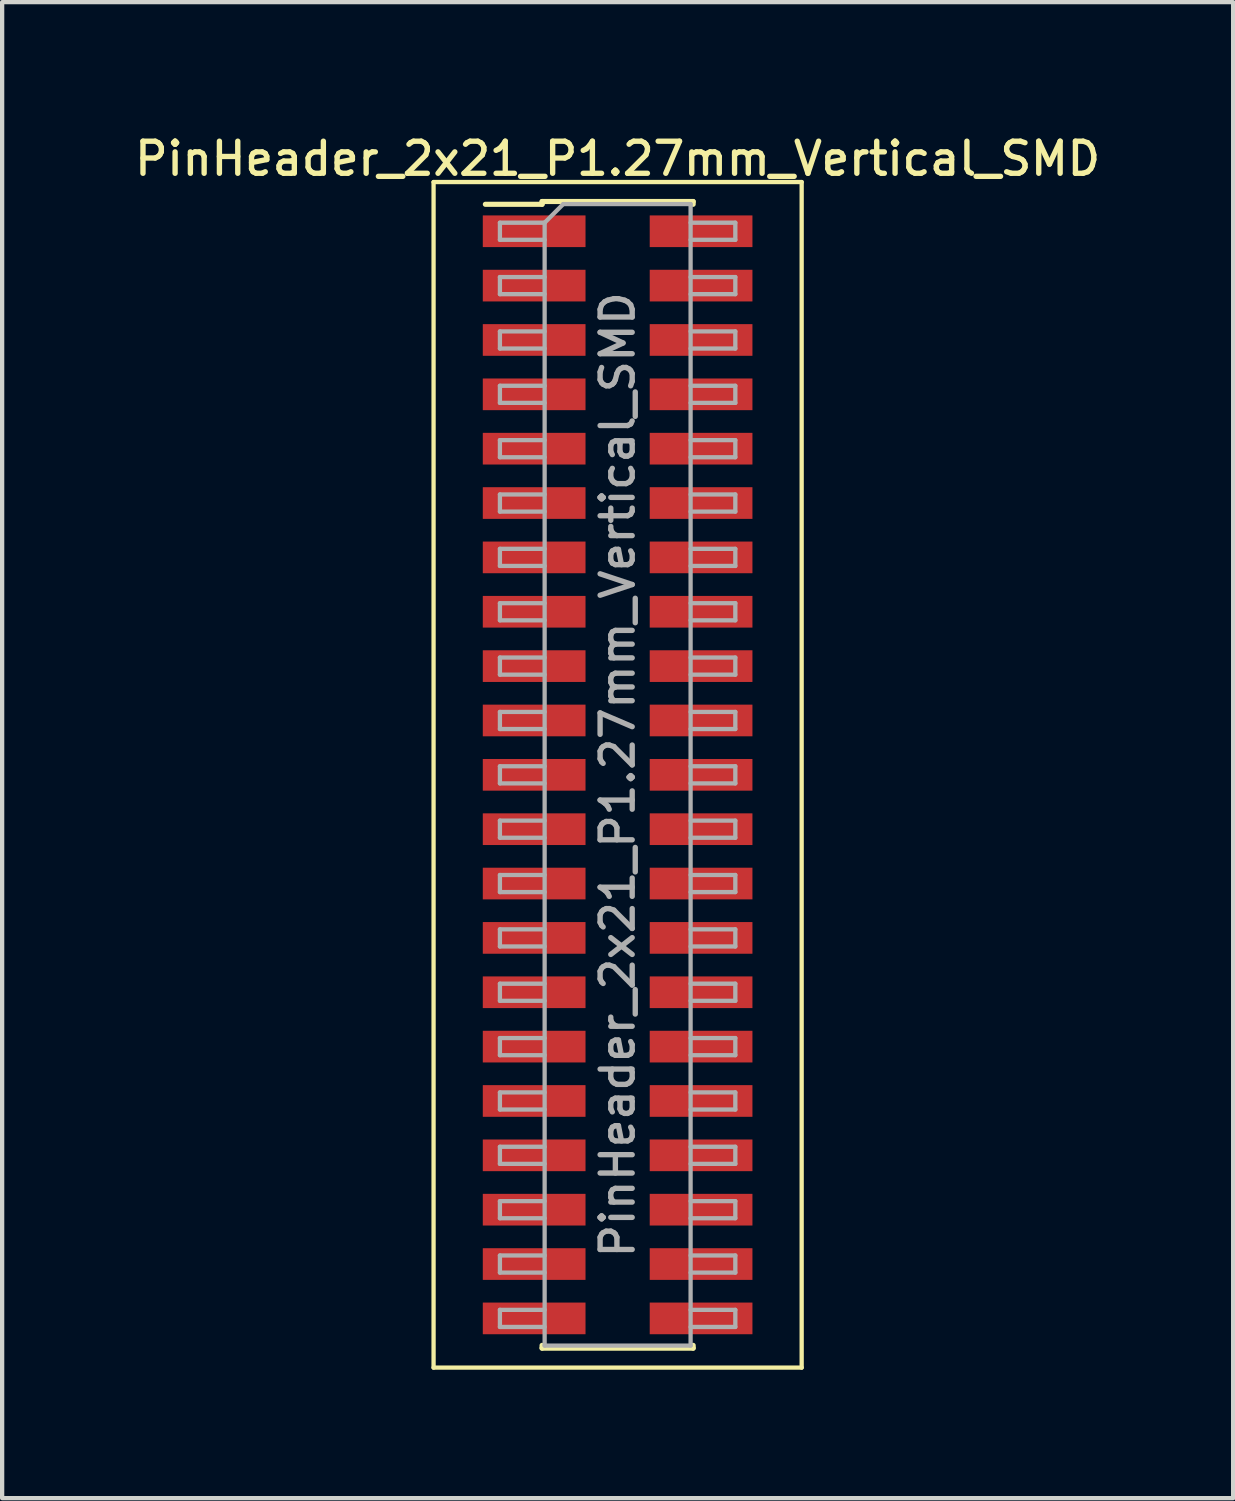
<source format=kicad_pcb>
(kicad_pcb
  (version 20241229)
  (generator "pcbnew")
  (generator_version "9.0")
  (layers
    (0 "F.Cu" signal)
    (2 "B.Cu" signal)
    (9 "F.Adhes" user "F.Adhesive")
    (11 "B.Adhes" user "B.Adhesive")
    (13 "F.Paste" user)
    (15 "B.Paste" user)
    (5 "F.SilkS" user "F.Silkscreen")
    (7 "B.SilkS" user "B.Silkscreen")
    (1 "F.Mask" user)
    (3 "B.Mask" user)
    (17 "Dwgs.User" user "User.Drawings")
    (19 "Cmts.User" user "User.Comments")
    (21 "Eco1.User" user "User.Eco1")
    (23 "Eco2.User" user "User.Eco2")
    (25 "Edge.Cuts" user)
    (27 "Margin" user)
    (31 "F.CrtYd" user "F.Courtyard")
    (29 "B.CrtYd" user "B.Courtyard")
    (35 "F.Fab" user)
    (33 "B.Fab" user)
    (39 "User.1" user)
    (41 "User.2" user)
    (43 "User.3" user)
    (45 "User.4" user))
  (footprint "PinHeader_2x21_P1.27mm_Vertical_SMD"
    (layer "F.Cu")
    (at 11.38 15.053)
    (property "Reference" "PinHeader_2x21_P1.27mm_Vertical_SMD" (at 0 -14.395 0) (layer "F.SilkS") (effects (font (size 0.75 0.75) (thickness 0.125))))
    (attr smd)
    (fp_line (start -4.3 -13.85) (end -4.3 13.85) (stroke (width 0.1) (type solid)) (layer "F.SilkS"))
    (fp_line (start -4.3 13.85) (end 4.3 13.85) (stroke (width 0.1) (type solid)) (layer "F.SilkS"))
    (fp_line (start -3.09 -13.33) (end -1.765 -13.33) (stroke (width 0.12) (type solid)) (layer "F.SilkS"))
    (fp_line (start -1.765 -13.395) (end -1.765 -13.33) (stroke (width 0.12) (type solid)) (layer "F.SilkS"))
    (fp_line (start -1.765 -13.395) (end 1.765 -13.395) (stroke (width 0.12) (type solid)) (layer "F.SilkS"))
    (fp_line (start -1.765 13.33) (end -1.765 13.395) (stroke (width 0.12) (type solid)) (layer "F.SilkS"))
    (fp_line (start -1.765 13.395) (end 1.765 13.395) (stroke (width 0.12) (type solid)) (layer "F.SilkS"))
    (fp_line (start 1.765 -13.395) (end 1.765 -13.33) (stroke (width 0.12) (type solid)) (layer "F.SilkS"))
    (fp_line (start 1.765 13.33) (end 1.765 13.395) (stroke (width 0.12) (type solid)) (layer "F.SilkS"))
    (fp_line (start 4.3 -13.85) (end -4.3 -13.85) (stroke (width 0.1) (type solid)) (layer "F.SilkS"))
    (fp_line (start 4.3 13.85) (end 4.3 -13.85) (stroke (width 0.1) (type solid)) (layer "F.SilkS"))
    (fp_line (start -2.75 -12.9) (end -2.75 -12.5) (stroke (width 0.1) (type solid)) (layer "F.Fab"))
    (fp_line (start -2.75 -12.5) (end -1.705 -12.5) (stroke (width 0.1) (type solid)) (layer "F.Fab"))
    (fp_line (start -2.75 -11.63) (end -2.75 -11.23) (stroke (width 0.1) (type solid)) (layer "F.Fab"))
    (fp_line (start -2.75 -11.23) (end -1.705 -11.23) (stroke (width 0.1) (type solid)) (layer "F.Fab"))
    (fp_line (start -2.75 -10.36) (end -2.75 -9.96) (stroke (width 0.1) (type solid)) (layer "F.Fab"))
    (fp_line (start -2.75 -9.96) (end -1.705 -9.96) (stroke (width 0.1) (type solid)) (layer "F.Fab"))
    (fp_line (start -2.75 -9.09) (end -2.75 -8.69) (stroke (width 0.1) (type solid)) (layer "F.Fab"))
    (fp_line (start -2.75 -8.69) (end -1.705 -8.69) (stroke (width 0.1) (type solid)) (layer "F.Fab"))
    (fp_line (start -2.75 -7.82) (end -2.75 -7.42) (stroke (width 0.1) (type solid)) (layer "F.Fab"))
    (fp_line (start -2.75 -7.42) (end -1.705 -7.42) (stroke (width 0.1) (type solid)) (layer "F.Fab"))
    (fp_line (start -2.75 -6.55) (end -2.75 -6.15) (stroke (width 0.1) (type solid)) (layer "F.Fab"))
    (fp_line (start -2.75 -6.15) (end -1.705 -6.15) (stroke (width 0.1) (type solid)) (layer "F.Fab"))
    (fp_line (start -2.75 -5.28) (end -2.75 -4.88) (stroke (width 0.1) (type solid)) (layer "F.Fab"))
    (fp_line (start -2.75 -4.88) (end -1.705 -4.88) (stroke (width 0.1) (type solid)) (layer "F.Fab"))
    (fp_line (start -2.75 -4.01) (end -2.75 -3.61) (stroke (width 0.1) (type solid)) (layer "F.Fab"))
    (fp_line (start -2.75 -3.61) (end -1.705 -3.61) (stroke (width 0.1) (type solid)) (layer "F.Fab"))
    (fp_line (start -2.75 -2.74) (end -2.75 -2.34) (stroke (width 0.1) (type solid)) (layer "F.Fab"))
    (fp_line (start -2.75 -2.34) (end -1.705 -2.34) (stroke (width 0.1) (type solid)) (layer "F.Fab"))
    (fp_line (start -2.75 -1.47) (end -2.75 -1.07) (stroke (width 0.1) (type solid)) (layer "F.Fab"))
    (fp_line (start -2.75 -1.07) (end -1.705 -1.07) (stroke (width 0.1) (type solid)) (layer "F.Fab"))
    (fp_line (start -2.75 -0.2) (end -2.75 0.2) (stroke (width 0.1) (type solid)) (layer "F.Fab"))
    (fp_line (start -2.75 0.2) (end -1.705 0.2) (stroke (width 0.1) (type solid)) (layer "F.Fab"))
    (fp_line (start -2.75 1.07) (end -2.75 1.47) (stroke (width 0.1) (type solid)) (layer "F.Fab"))
    (fp_line (start -2.75 1.47) (end -1.705 1.47) (stroke (width 0.1) (type solid)) (layer "F.Fab"))
    (fp_line (start -2.75 2.34) (end -2.75 2.74) (stroke (width 0.1) (type solid)) (layer "F.Fab"))
    (fp_line (start -2.75 2.74) (end -1.705 2.74) (stroke (width 0.1) (type solid)) (layer "F.Fab"))
    (fp_line (start -2.75 3.61) (end -2.75 4.01) (stroke (width 0.1) (type solid)) (layer "F.Fab"))
    (fp_line (start -2.75 4.01) (end -1.705 4.01) (stroke (width 0.1) (type solid)) (layer "F.Fab"))
    (fp_line (start -2.75 4.88) (end -2.75 5.28) (stroke (width 0.1) (type solid)) (layer "F.Fab"))
    (fp_line (start -2.75 5.28) (end -1.705 5.28) (stroke (width 0.1) (type solid)) (layer "F.Fab"))
    (fp_line (start -2.75 6.15) (end -2.75 6.55) (stroke (width 0.1) (type solid)) (layer "F.Fab"))
    (fp_line (start -2.75 6.55) (end -1.705 6.55) (stroke (width 0.1) (type solid)) (layer "F.Fab"))
    (fp_line (start -2.75 7.42) (end -2.75 7.82) (stroke (width 0.1) (type solid)) (layer "F.Fab"))
    (fp_line (start -2.75 7.82) (end -1.705 7.82) (stroke (width 0.1) (type solid)) (layer "F.Fab"))
    (fp_line (start -2.75 8.69) (end -2.75 9.09) (stroke (width 0.1) (type solid)) (layer "F.Fab"))
    (fp_line (start -2.75 9.09) (end -1.705 9.09) (stroke (width 0.1) (type solid)) (layer "F.Fab"))
    (fp_line (start -2.75 9.96) (end -2.75 10.36) (stroke (width 0.1) (type solid)) (layer "F.Fab"))
    (fp_line (start -2.75 10.36) (end -1.705 10.36) (stroke (width 0.1) (type solid)) (layer "F.Fab"))
    (fp_line (start -2.75 11.23) (end -2.75 11.63) (stroke (width 0.1) (type solid)) (layer "F.Fab"))
    (fp_line (start -2.75 11.63) (end -1.705 11.63) (stroke (width 0.1) (type solid)) (layer "F.Fab"))
    (fp_line (start -2.75 12.5) (end -2.75 12.9) (stroke (width 0.1) (type solid)) (layer "F.Fab"))
    (fp_line (start -2.75 12.9) (end -1.705 12.9) (stroke (width 0.1) (type solid)) (layer "F.Fab"))
    (fp_line (start -1.705 -12.9) (end -2.75 -12.9) (stroke (width 0.1) (type solid)) (layer "F.Fab"))
    (fp_line (start -1.705 -12.9) (end -1.27 -13.335) (stroke (width 0.1) (type solid)) (layer "F.Fab"))
    (fp_line (start -1.705 -11.63) (end -2.75 -11.63) (stroke (width 0.1) (type solid)) (layer "F.Fab"))
    (fp_line (start -1.705 -10.36) (end -2.75 -10.36) (stroke (width 0.1) (type solid)) (layer "F.Fab"))
    (fp_line (start -1.705 -9.09) (end -2.75 -9.09) (stroke (width 0.1) (type solid)) (layer "F.Fab"))
    (fp_line (start -1.705 -7.82) (end -2.75 -7.82) (stroke (width 0.1) (type solid)) (layer "F.Fab"))
    (fp_line (start -1.705 -6.55) (end -2.75 -6.55) (stroke (width 0.1) (type solid)) (layer "F.Fab"))
    (fp_line (start -1.705 -5.28) (end -2.75 -5.28) (stroke (width 0.1) (type solid)) (layer "F.Fab"))
    (fp_line (start -1.705 -4.01) (end -2.75 -4.01) (stroke (width 0.1) (type solid)) (layer "F.Fab"))
    (fp_line (start -1.705 -2.74) (end -2.75 -2.74) (stroke (width 0.1) (type solid)) (layer "F.Fab"))
    (fp_line (start -1.705 -1.47) (end -2.75 -1.47) (stroke (width 0.1) (type solid)) (layer "F.Fab"))
    (fp_line (start -1.705 -0.2) (end -2.75 -0.2) (stroke (width 0.1) (type solid)) (layer "F.Fab"))
    (fp_line (start -1.705 1.07) (end -2.75 1.07) (stroke (width 0.1) (type solid)) (layer "F.Fab"))
    (fp_line (start -1.705 2.34) (end -2.75 2.34) (stroke (width 0.1) (type solid)) (layer "F.Fab"))
    (fp_line (start -1.705 3.61) (end -2.75 3.61) (stroke (width 0.1) (type solid)) (layer "F.Fab"))
    (fp_line (start -1.705 4.88) (end -2.75 4.88) (stroke (width 0.1) (type solid)) (layer "F.Fab"))
    (fp_line (start -1.705 6.15) (end -2.75 6.15) (stroke (width 0.1) (type solid)) (layer "F.Fab"))
    (fp_line (start -1.705 7.42) (end -2.75 7.42) (stroke (width 0.1) (type solid)) (layer "F.Fab"))
    (fp_line (start -1.705 8.69) (end -2.75 8.69) (stroke (width 0.1) (type solid)) (layer "F.Fab"))
    (fp_line (start -1.705 9.96) (end -2.75 9.96) (stroke (width 0.1) (type solid)) (layer "F.Fab"))
    (fp_line (start -1.705 11.23) (end -2.75 11.23) (stroke (width 0.1) (type solid)) (layer "F.Fab"))
    (fp_line (start -1.705 12.5) (end -2.75 12.5) (stroke (width 0.1) (type solid)) (layer "F.Fab"))
    (fp_line (start -1.705 13.335) (end -1.705 -12.9) (stroke (width 0.1) (type solid)) (layer "F.Fab"))
    (fp_line (start -1.27 -13.335) (end 1.705 -13.335) (stroke (width 0.1) (type solid)) (layer "F.Fab"))
    (fp_line (start 1.705 -13.335) (end 1.705 13.335) (stroke (width 0.1) (type solid)) (layer "F.Fab"))
    (fp_line (start 1.705 -12.9) (end 2.75 -12.9) (stroke (width 0.1) (type solid)) (layer "F.Fab"))
    (fp_line (start 1.705 -11.63) (end 2.75 -11.63) (stroke (width 0.1) (type solid)) (layer "F.Fab"))
    (fp_line (start 1.705 -10.36) (end 2.75 -10.36) (stroke (width 0.1) (type solid)) (layer "F.Fab"))
    (fp_line (start 1.705 -9.09) (end 2.75 -9.09) (stroke (width 0.1) (type solid)) (layer "F.Fab"))
    (fp_line (start 1.705 -7.82) (end 2.75 -7.82) (stroke (width 0.1) (type solid)) (layer "F.Fab"))
    (fp_line (start 1.705 -6.55) (end 2.75 -6.55) (stroke (width 0.1) (type solid)) (layer "F.Fab"))
    (fp_line (start 1.705 -5.28) (end 2.75 -5.28) (stroke (width 0.1) (type solid)) (layer "F.Fab"))
    (fp_line (start 1.705 -4.01) (end 2.75 -4.01) (stroke (width 0.1) (type solid)) (layer "F.Fab"))
    (fp_line (start 1.705 -2.74) (end 2.75 -2.74) (stroke (width 0.1) (type solid)) (layer "F.Fab"))
    (fp_line (start 1.705 -1.47) (end 2.75 -1.47) (stroke (width 0.1) (type solid)) (layer "F.Fab"))
    (fp_line (start 1.705 -0.2) (end 2.75 -0.2) (stroke (width 0.1) (type solid)) (layer "F.Fab"))
    (fp_line (start 1.705 1.07) (end 2.75 1.07) (stroke (width 0.1) (type solid)) (layer "F.Fab"))
    (fp_line (start 1.705 2.34) (end 2.75 2.34) (stroke (width 0.1) (type solid)) (layer "F.Fab"))
    (fp_line (start 1.705 3.61) (end 2.75 3.61) (stroke (width 0.1) (type solid)) (layer "F.Fab"))
    (fp_line (start 1.705 4.88) (end 2.75 4.88) (stroke (width 0.1) (type solid)) (layer "F.Fab"))
    (fp_line (start 1.705 6.15) (end 2.75 6.15) (stroke (width 0.1) (type solid)) (layer "F.Fab"))
    (fp_line (start 1.705 7.42) (end 2.75 7.42) (stroke (width 0.1) (type solid)) (layer "F.Fab"))
    (fp_line (start 1.705 8.69) (end 2.75 8.69) (stroke (width 0.1) (type solid)) (layer "F.Fab"))
    (fp_line (start 1.705 9.96) (end 2.75 9.96) (stroke (width 0.1) (type solid)) (layer "F.Fab"))
    (fp_line (start 1.705 11.23) (end 2.75 11.23) (stroke (width 0.1) (type solid)) (layer "F.Fab"))
    (fp_line (start 1.705 12.5) (end 2.75 12.5) (stroke (width 0.1) (type solid)) (layer "F.Fab"))
    (fp_line (start 1.705 13.335) (end -1.705 13.335) (stroke (width 0.1) (type solid)) (layer "F.Fab"))
    (fp_line (start 2.75 -12.9) (end 2.75 -12.5) (stroke (width 0.1) (type solid)) (layer "F.Fab"))
    (fp_line (start 2.75 -12.5) (end 1.705 -12.5) (stroke (width 0.1) (type solid)) (layer "F.Fab"))
    (fp_line (start 2.75 -11.63) (end 2.75 -11.23) (stroke (width 0.1) (type solid)) (layer "F.Fab"))
    (fp_line (start 2.75 -11.23) (end 1.705 -11.23) (stroke (width 0.1) (type solid)) (layer "F.Fab"))
    (fp_line (start 2.75 -10.36) (end 2.75 -9.96) (stroke (width 0.1) (type solid)) (layer "F.Fab"))
    (fp_line (start 2.75 -9.96) (end 1.705 -9.96) (stroke (width 0.1) (type solid)) (layer "F.Fab"))
    (fp_line (start 2.75 -9.09) (end 2.75 -8.69) (stroke (width 0.1) (type solid)) (layer "F.Fab"))
    (fp_line (start 2.75 -8.69) (end 1.705 -8.69) (stroke (width 0.1) (type solid)) (layer "F.Fab"))
    (fp_line (start 2.75 -7.82) (end 2.75 -7.42) (stroke (width 0.1) (type solid)) (layer "F.Fab"))
    (fp_line (start 2.75 -7.42) (end 1.705 -7.42) (stroke (width 0.1) (type solid)) (layer "F.Fab"))
    (fp_line (start 2.75 -6.55) (end 2.75 -6.15) (stroke (width 0.1) (type solid)) (layer "F.Fab"))
    (fp_line (start 2.75 -6.15) (end 1.705 -6.15) (stroke (width 0.1) (type solid)) (layer "F.Fab"))
    (fp_line (start 2.75 -5.28) (end 2.75 -4.88) (stroke (width 0.1) (type solid)) (layer "F.Fab"))
    (fp_line (start 2.75 -4.88) (end 1.705 -4.88) (stroke (width 0.1) (type solid)) (layer "F.Fab"))
    (fp_line (start 2.75 -4.01) (end 2.75 -3.61) (stroke (width 0.1) (type solid)) (layer "F.Fab"))
    (fp_line (start 2.75 -3.61) (end 1.705 -3.61) (stroke (width 0.1) (type solid)) (layer "F.Fab"))
    (fp_line (start 2.75 -2.74) (end 2.75 -2.34) (stroke (width 0.1) (type solid)) (layer "F.Fab"))
    (fp_line (start 2.75 -2.34) (end 1.705 -2.34) (stroke (width 0.1) (type solid)) (layer "F.Fab"))
    (fp_line (start 2.75 -1.47) (end 2.75 -1.07) (stroke (width 0.1) (type solid)) (layer "F.Fab"))
    (fp_line (start 2.75 -1.07) (end 1.705 -1.07) (stroke (width 0.1) (type solid)) (layer "F.Fab"))
    (fp_line (start 2.75 -0.2) (end 2.75 0.2) (stroke (width 0.1) (type solid)) (layer "F.Fab"))
    (fp_line (start 2.75 0.2) (end 1.705 0.2) (stroke (width 0.1) (type solid)) (layer "F.Fab"))
    (fp_line (start 2.75 1.07) (end 2.75 1.47) (stroke (width 0.1) (type solid)) (layer "F.Fab"))
    (fp_line (start 2.75 1.47) (end 1.705 1.47) (stroke (width 0.1) (type solid)) (layer "F.Fab"))
    (fp_line (start 2.75 2.34) (end 2.75 2.74) (stroke (width 0.1) (type solid)) (layer "F.Fab"))
    (fp_line (start 2.75 2.74) (end 1.705 2.74) (stroke (width 0.1) (type solid)) (layer "F.Fab"))
    (fp_line (start 2.75 3.61) (end 2.75 4.01) (stroke (width 0.1) (type solid)) (layer "F.Fab"))
    (fp_line (start 2.75 4.01) (end 1.705 4.01) (stroke (width 0.1) (type solid)) (layer "F.Fab"))
    (fp_line (start 2.75 4.88) (end 2.75 5.28) (stroke (width 0.1) (type solid)) (layer "F.Fab"))
    (fp_line (start 2.75 5.28) (end 1.705 5.28) (stroke (width 0.1) (type solid)) (layer "F.Fab"))
    (fp_line (start 2.75 6.15) (end 2.75 6.55) (stroke (width 0.1) (type solid)) (layer "F.Fab"))
    (fp_line (start 2.75 6.55) (end 1.705 6.55) (stroke (width 0.1) (type solid)) (layer "F.Fab"))
    (fp_line (start 2.75 7.42) (end 2.75 7.82) (stroke (width 0.1) (type solid)) (layer "F.Fab"))
    (fp_line (start 2.75 7.82) (end 1.705 7.82) (stroke (width 0.1) (type solid)) (layer "F.Fab"))
    (fp_line (start 2.75 8.69) (end 2.75 9.09) (stroke (width 0.1) (type solid)) (layer "F.Fab"))
    (fp_line (start 2.75 9.09) (end 1.705 9.09) (stroke (width 0.1) (type solid)) (layer "F.Fab"))
    (fp_line (start 2.75 9.96) (end 2.75 10.36) (stroke (width 0.1) (type solid)) (layer "F.Fab"))
    (fp_line (start 2.75 10.36) (end 1.705 10.36) (stroke (width 0.1) (type solid)) (layer "F.Fab"))
    (fp_line (start 2.75 11.23) (end 2.75 11.63) (stroke (width 0.1) (type solid)) (layer "F.Fab"))
    (fp_line (start 2.75 11.63) (end 1.705 11.63) (stroke (width 0.1) (type solid)) (layer "F.Fab"))
    (fp_line (start 2.75 12.5) (end 2.75 12.9) (stroke (width 0.1) (type solid)) (layer "F.Fab"))
    (fp_line (start 2.75 12.9) (end 1.705 12.9) (stroke (width 0.1) (type solid)) (layer "F.Fab"))
    (fp_text user "${REFERENCE}" (at 0 0 90) (layer "F.Fab") (effects (font (size 0.75 0.75) (thickness 0.125))))
    (pad "1" smd rect (at -1.95 -12.7) (size 2.4 0.74) (layers "F.Cu" "F.Mask" "F.Paste"))
    (pad "2" smd rect (at 1.95 -12.7) (size 2.4 0.74) (layers "F.Cu" "F.Mask" "F.Paste"))
    (pad "3" smd rect (at -1.95 -11.43) (size 2.4 0.74) (layers "F.Cu" "F.Mask" "F.Paste"))
    (pad "4" smd rect (at 1.95 -11.43) (size 2.4 0.74) (layers "F.Cu" "F.Mask" "F.Paste"))
    (pad "5" smd rect (at -1.95 -10.16) (size 2.4 0.74) (layers "F.Cu" "F.Mask" "F.Paste"))
    (pad "6" smd rect (at 1.95 -10.16) (size 2.4 0.74) (layers "F.Cu" "F.Mask" "F.Paste"))
    (pad "7" smd rect (at -1.95 -8.89) (size 2.4 0.74) (layers "F.Cu" "F.Mask" "F.Paste"))
    (pad "8" smd rect (at 1.95 -8.89) (size 2.4 0.74) (layers "F.Cu" "F.Mask" "F.Paste"))
    (pad "9" smd rect (at -1.95 -7.62) (size 2.4 0.74) (layers "F.Cu" "F.Mask" "F.Paste"))
    (pad "10" smd rect (at 1.95 -7.62) (size 2.4 0.74) (layers "F.Cu" "F.Mask" "F.Paste"))
    (pad "11" smd rect (at -1.95 -6.35) (size 2.4 0.74) (layers "F.Cu" "F.Mask" "F.Paste"))
    (pad "12" smd rect (at 1.95 -6.35) (size 2.4 0.74) (layers "F.Cu" "F.Mask" "F.Paste"))
    (pad "13" smd rect (at -1.95 -5.08) (size 2.4 0.74) (layers "F.Cu" "F.Mask" "F.Paste"))
    (pad "14" smd rect (at 1.95 -5.08) (size 2.4 0.74) (layers "F.Cu" "F.Mask" "F.Paste"))
    (pad "15" smd rect (at -1.95 -3.81) (size 2.4 0.74) (layers "F.Cu" "F.Mask" "F.Paste"))
    (pad "16" smd rect (at 1.95 -3.81) (size 2.4 0.74) (layers "F.Cu" "F.Mask" "F.Paste"))
    (pad "17" smd rect (at -1.95 -2.54) (size 2.4 0.74) (layers "F.Cu" "F.Mask" "F.Paste"))
    (pad "18" smd rect (at 1.95 -2.54) (size 2.4 0.74) (layers "F.Cu" "F.Mask" "F.Paste"))
    (pad "19" smd rect (at -1.95 -1.27) (size 2.4 0.74) (layers "F.Cu" "F.Mask" "F.Paste"))
    (pad "20" smd rect (at 1.95 -1.27) (size 2.4 0.74) (layers "F.Cu" "F.Mask" "F.Paste"))
    (pad "21" smd rect (at -1.95 0) (size 2.4 0.74) (layers "F.Cu" "F.Mask" "F.Paste"))
    (pad "22" smd rect (at 1.95 0) (size 2.4 0.74) (layers "F.Cu" "F.Mask" "F.Paste"))
    (pad "23" smd rect (at -1.95 1.27) (size 2.4 0.74) (layers "F.Cu" "F.Mask" "F.Paste"))
    (pad "24" smd rect (at 1.95 1.27) (size 2.4 0.74) (layers "F.Cu" "F.Mask" "F.Paste"))
    (pad "25" smd rect (at -1.95 2.54) (size 2.4 0.74) (layers "F.Cu" "F.Mask" "F.Paste"))
    (pad "26" smd rect (at 1.95 2.54) (size 2.4 0.74) (layers "F.Cu" "F.Mask" "F.Paste"))
    (pad "27" smd rect (at -1.95 3.81) (size 2.4 0.74) (layers "F.Cu" "F.Mask" "F.Paste"))
    (pad "28" smd rect (at 1.95 3.81) (size 2.4 0.74) (layers "F.Cu" "F.Mask" "F.Paste"))
    (pad "29" smd rect (at -1.95 5.08) (size 2.4 0.74) (layers "F.Cu" "F.Mask" "F.Paste"))
    (pad "30" smd rect (at 1.95 5.08) (size 2.4 0.74) (layers "F.Cu" "F.Mask" "F.Paste"))
    (pad "31" smd rect (at -1.95 6.35) (size 2.4 0.74) (layers "F.Cu" "F.Mask" "F.Paste"))
    (pad "32" smd rect (at 1.95 6.35) (size 2.4 0.74) (layers "F.Cu" "F.Mask" "F.Paste"))
    (pad "33" smd rect (at -1.95 7.62) (size 2.4 0.74) (layers "F.Cu" "F.Mask" "F.Paste"))
    (pad "34" smd rect (at 1.95 7.62) (size 2.4 0.74) (layers "F.Cu" "F.Mask" "F.Paste"))
    (pad "35" smd rect (at -1.95 8.89) (size 2.4 0.74) (layers "F.Cu" "F.Mask" "F.Paste"))
    (pad "36" smd rect (at 1.95 8.89) (size 2.4 0.74) (layers "F.Cu" "F.Mask" "F.Paste"))
    (pad "37" smd rect (at -1.95 10.16) (size 2.4 0.74) (layers "F.Cu" "F.Mask" "F.Paste"))
    (pad "38" smd rect (at 1.95 10.16) (size 2.4 0.74) (layers "F.Cu" "F.Mask" "F.Paste"))
    (pad "39" smd rect (at -1.95 11.43) (size 2.4 0.74) (layers "F.Cu" "F.Mask" "F.Paste"))
    (pad "40" smd rect (at 1.95 11.43) (size 2.4 0.74) (layers "F.Cu" "F.Mask" "F.Paste"))
    (pad "41" smd rect (at -1.95 12.7) (size 2.4 0.74) (layers "F.Cu" "F.Mask" "F.Paste"))
    (pad "42" smd rect (at 1.95 12.7) (size 2.4 0.74) (layers "F.Cu" "F.Mask" "F.Paste")))
  (gr_rect
    (start -3 -3)
    (end 25.761 31.953)
    (stroke (width 0.1) (type default))
    (fill no)
    (layer "Edge.Cuts")))
</source>
